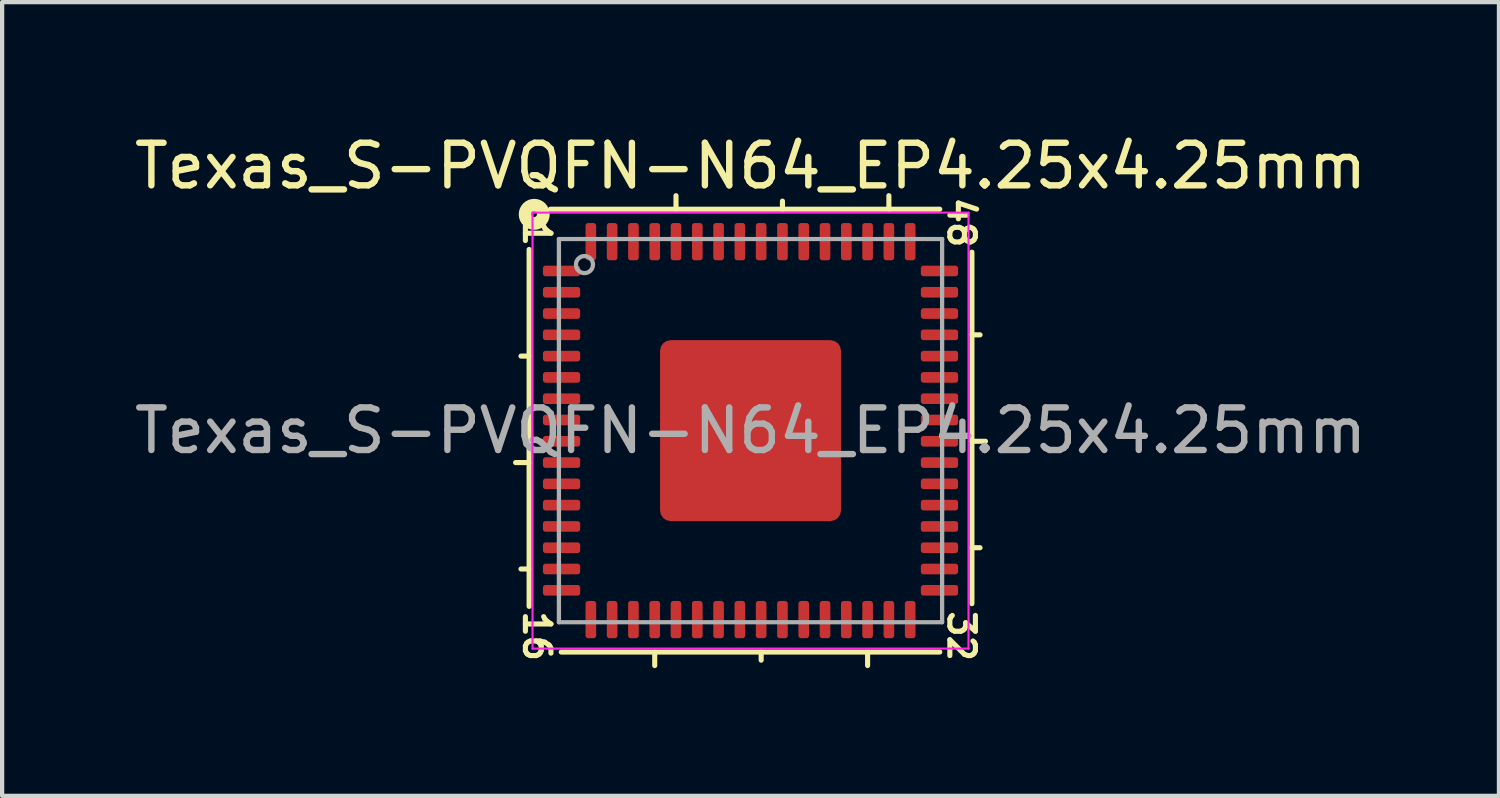
<source format=kicad_pcb>
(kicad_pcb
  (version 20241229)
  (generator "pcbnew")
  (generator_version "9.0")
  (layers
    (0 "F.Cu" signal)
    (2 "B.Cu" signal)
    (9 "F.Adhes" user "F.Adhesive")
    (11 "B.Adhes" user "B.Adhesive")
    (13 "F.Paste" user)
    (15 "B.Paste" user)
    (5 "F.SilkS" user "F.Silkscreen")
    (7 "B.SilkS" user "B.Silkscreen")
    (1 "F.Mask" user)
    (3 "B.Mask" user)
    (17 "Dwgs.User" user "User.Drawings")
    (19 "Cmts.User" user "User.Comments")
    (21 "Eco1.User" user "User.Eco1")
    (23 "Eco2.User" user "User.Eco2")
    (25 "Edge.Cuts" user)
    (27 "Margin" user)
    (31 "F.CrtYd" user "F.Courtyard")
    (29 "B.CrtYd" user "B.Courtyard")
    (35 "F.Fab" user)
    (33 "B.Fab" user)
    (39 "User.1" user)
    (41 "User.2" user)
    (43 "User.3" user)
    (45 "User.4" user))
  (footprint "Texas_S-PVQFN-N64_EP4.25x4.25mm"
    (layer "F.Cu")
    (at 14.577 7.064)
    (property "Reference" "Texas_S-PVQFN-N64_EP4.25x4.25mm" (at 0 -6.216 0) (layer "F.SilkS") (effects (font (size 1 1) (thickness 0.15))))
    (attr smd)
    (fp_line (start -5.2 -4.255) (end -5.2 4.128) (stroke (width 0.12) (type solid)) (layer "F.SilkS"))
    (fp_line (start -5.2 -1.75) (end -5.391 -1.75) (stroke (width 0.12) (type solid)) (layer "F.SilkS"))
    (fp_line (start -5.2 0.75) (end -5.518 0.75) (stroke (width 0.12) (type solid)) (layer "F.SilkS"))
    (fp_line (start -5.2 3.25) (end -5.391 3.25) (stroke (width 0.12) (type solid)) (layer "F.SilkS"))
    (fp_line (start -4.445 5.2) (end 4.445 5.2) (stroke (width 0.12) (type solid)) (layer "F.SilkS"))
    (fp_line (start -2.25 5.518) (end -2.25 5.2) (stroke (width 0.12) (type solid)) (layer "F.SilkS"))
    (fp_line (start -1.75 -5.2) (end -1.75 -5.518) (stroke (width 0.12) (type solid)) (layer "F.SilkS"))
    (fp_line (start 0.25 5.391) (end 0.25 5.2) (stroke (width 0.12) (type solid)) (layer "F.SilkS"))
    (fp_line (start 0.75 -5.2) (end 0.75 -5.391) (stroke (width 0.12) (type solid)) (layer "F.SilkS"))
    (fp_line (start 2.75 5.518) (end 2.75 5.2) (stroke (width 0.12) (type solid)) (layer "F.SilkS"))
    (fp_line (start 3.25 -5.2) (end 3.25 -5.518) (stroke (width 0.12) (type solid)) (layer "F.SilkS"))
    (fp_line (start 4.445 -5.2) (end -4.699 -5.2) (stroke (width 0.12) (type solid)) (layer "F.SilkS"))
    (fp_line (start 5.2 -2.25) (end 5.391 -2.25) (stroke (width 0.12) (type solid)) (layer "F.SilkS"))
    (fp_line (start 5.2 0.25) (end 5.518 0.25) (stroke (width 0.12) (type solid)) (layer "F.SilkS"))
    (fp_line (start 5.2 2.75) (end 5.391 2.75) (stroke (width 0.12) (type solid)) (layer "F.SilkS"))
    (fp_line (start 5.2 4.064) (end 5.2 -4.191) (stroke (width 0.12) (type solid)) (layer "F.SilkS"))
    (fp_circle (center -5.08 -5.08) (end -5.016 -5.08) (stroke (width 0.3) (type solid)) (fill no) (layer "F.SilkS"))
    (fp_line (start -5.12 -5.12) (end -5.12 5.12) (stroke (width 0.05) (type solid)) (layer "F.CrtYd"))
    (fp_line (start -5.12 5.12) (end 5.12 5.12) (stroke (width 0.05) (type solid)) (layer "F.CrtYd"))
    (fp_line (start 5.12 -5.12) (end -5.12 -5.12) (stroke (width 0.05) (type solid)) (layer "F.CrtYd"))
    (fp_line (start 5.12 5.12) (end 5.12 -5.12) (stroke (width 0.05) (type solid)) (layer "F.CrtYd"))
    (fp_line (start -4.5 -4.5) (end 4.5 -4.5) (stroke (width 0.1) (type solid)) (layer "F.Fab"))
    (fp_line (start -4.5 4.5) (end -4.5 -4.5) (stroke (width 0.1) (type solid)) (layer "F.Fab"))
    (fp_line (start 4.5 -4.5) (end 4.5 4.5) (stroke (width 0.1) (type solid)) (layer "F.Fab"))
    (fp_line (start 4.5 4.5) (end -4.5 4.5) (stroke (width 0.1) (type solid)) (layer "F.Fab"))
    (fp_circle (center -3.9 -3.9) (end -3.7 -3.9) (stroke (width 0.1) (type solid)) (fill no) (layer "F.Fab"))
    (fp_text user "32" (at 4.953 4.826 270) (unlocked yes) (layer "F.SilkS") (effects (font (size 0.6 0.6) (thickness 0.12))))
    (fp_text user "16" (at -5.016 4.826 270) (unlocked yes) (layer "F.SilkS") (effects (font (size 0.6 0.6) (thickness 0.12))))
    (fp_text user "1" (at -5.016 -4.636 270) (unlocked yes) (layer "F.SilkS") (effects (font (size 0.6 0.6) (thickness 0.12))))
    (fp_text user "48" (at 4.953 -4.889 270) (unlocked yes) (layer "F.SilkS") (effects (font (size 0.6 0.6) (thickness 0.12))))
    (fp_text user "${REFERENCE}" (at 0 0 0) (layer "F.Fab") (effects (font (size 1 1) (thickness 0.15))))
    (pad "" smd roundrect (at -1.06 -1.06) (size 1.71 1.71) (layers "F.Paste") (roundrect_rratio 0.146))
    (pad "" smd roundrect (at -1.06 1.06) (size 1.71 1.71) (layers "F.Paste") (roundrect_rratio 0.146))
    (pad "" smd roundrect (at 1.06 -1.06) (size 1.71 1.71) (layers "F.Paste") (roundrect_rratio 0.146))
    (pad "" smd roundrect (at 1.06 1.06) (size 1.71 1.71) (layers "F.Paste") (roundrect_rratio 0.146))
    (pad "1" smd roundrect (at -4.438 -3.75) (size 0.875 0.25) (layers "F.Cu" "F.Mask" "F.Paste") (roundrect_rratio 0.25))
    (pad "2" smd roundrect (at -4.438 -3.25) (size 0.875 0.25) (layers "F.Cu" "F.Mask" "F.Paste") (roundrect_rratio 0.25))
    (pad "3" smd roundrect (at -4.438 -2.75) (size 0.875 0.25) (layers "F.Cu" "F.Mask" "F.Paste") (roundrect_rratio 0.25))
    (pad "4" smd roundrect (at -4.438 -2.25) (size 0.875 0.25) (layers "F.Cu" "F.Mask" "F.Paste") (roundrect_rratio 0.25))
    (pad "5" smd roundrect (at -4.438 -1.75) (size 0.875 0.25) (layers "F.Cu" "F.Mask" "F.Paste") (roundrect_rratio 0.25))
    (pad "6" smd roundrect (at -4.438 -1.25) (size 0.875 0.25) (layers "F.Cu" "F.Mask" "F.Paste") (roundrect_rratio 0.25))
    (pad "7" smd roundrect (at -4.438 -0.75) (size 0.875 0.25) (layers "F.Cu" "F.Mask" "F.Paste") (roundrect_rratio 0.25))
    (pad "8" smd roundrect (at -4.438 -0.25) (size 0.875 0.25) (layers "F.Cu" "F.Mask" "F.Paste") (roundrect_rratio 0.25))
    (pad "9" smd roundrect (at -4.438 0.25) (size 0.875 0.25) (layers "F.Cu" "F.Mask" "F.Paste") (roundrect_rratio 0.25))
    (pad "10" smd roundrect (at -4.438 0.75) (size 0.875 0.25) (layers "F.Cu" "F.Mask" "F.Paste") (roundrect_rratio 0.25))
    (pad "11" smd roundrect (at -4.438 1.25) (size 0.875 0.25) (layers "F.Cu" "F.Mask" "F.Paste") (roundrect_rratio 0.25))
    (pad "12" smd roundrect (at -4.438 1.75) (size 0.875 0.25) (layers "F.Cu" "F.Mask" "F.Paste") (roundrect_rratio 0.25))
    (pad "13" smd roundrect (at -4.438 2.25) (size 0.875 0.25) (layers "F.Cu" "F.Mask" "F.Paste") (roundrect_rratio 0.25))
    (pad "14" smd roundrect (at -4.438 2.75) (size 0.875 0.25) (layers "F.Cu" "F.Mask" "F.Paste") (roundrect_rratio 0.25))
    (pad "15" smd roundrect (at -4.438 3.25) (size 0.875 0.25) (layers "F.Cu" "F.Mask" "F.Paste") (roundrect_rratio 0.25))
    (pad "16" smd roundrect (at -4.438 3.75) (size 0.875 0.25) (layers "F.Cu" "F.Mask" "F.Paste") (roundrect_rratio 0.25))
    (pad "17" smd roundrect (at -3.75 4.438) (size 0.25 0.875) (layers "F.Cu" "F.Mask" "F.Paste") (roundrect_rratio 0.25))
    (pad "18" smd roundrect (at -3.25 4.438) (size 0.25 0.875) (layers "F.Cu" "F.Mask" "F.Paste") (roundrect_rratio 0.25))
    (pad "19" smd roundrect (at -2.75 4.438) (size 0.25 0.875) (layers "F.Cu" "F.Mask" "F.Paste") (roundrect_rratio 0.25))
    (pad "20" smd roundrect (at -2.25 4.438) (size 0.25 0.875) (layers "F.Cu" "F.Mask" "F.Paste") (roundrect_rratio 0.25))
    (pad "21" smd roundrect (at -1.75 4.438) (size 0.25 0.875) (layers "F.Cu" "F.Mask" "F.Paste") (roundrect_rratio 0.25))
    (pad "22" smd roundrect (at -1.25 4.438) (size 0.25 0.875) (layers "F.Cu" "F.Mask" "F.Paste") (roundrect_rratio 0.25))
    (pad "23" smd roundrect (at -0.75 4.438) (size 0.25 0.875) (layers "F.Cu" "F.Mask" "F.Paste") (roundrect_rratio 0.25))
    (pad "24" smd roundrect (at -0.25 4.438) (size 0.25 0.875) (layers "F.Cu" "F.Mask" "F.Paste") (roundrect_rratio 0.25))
    (pad "25" smd roundrect (at 0.25 4.438) (size 0.25 0.875) (layers "F.Cu" "F.Mask" "F.Paste") (roundrect_rratio 0.25))
    (pad "26" smd roundrect (at 0.75 4.438) (size 0.25 0.875) (layers "F.Cu" "F.Mask" "F.Paste") (roundrect_rratio 0.25))
    (pad "27" smd roundrect (at 1.25 4.438) (size 0.25 0.875) (layers "F.Cu" "F.Mask" "F.Paste") (roundrect_rratio 0.25))
    (pad "28" smd roundrect (at 1.75 4.438) (size 0.25 0.875) (layers "F.Cu" "F.Mask" "F.Paste") (roundrect_rratio 0.25))
    (pad "29" smd roundrect (at 2.25 4.438) (size 0.25 0.875) (layers "F.Cu" "F.Mask" "F.Paste") (roundrect_rratio 0.25))
    (pad "30" smd roundrect (at 2.75 4.438) (size 0.25 0.875) (layers "F.Cu" "F.Mask" "F.Paste") (roundrect_rratio 0.25))
    (pad "31" smd roundrect (at 3.25 4.438) (size 0.25 0.875) (layers "F.Cu" "F.Mask" "F.Paste") (roundrect_rratio 0.25))
    (pad "32" smd roundrect (at 3.75 4.438) (size 0.25 0.875) (layers "F.Cu" "F.Mask" "F.Paste") (roundrect_rratio 0.25))
    (pad "33" smd roundrect (at 4.438 3.75) (size 0.875 0.25) (layers "F.Cu" "F.Mask" "F.Paste") (roundrect_rratio 0.25))
    (pad "34" smd roundrect (at 4.438 3.25) (size 0.875 0.25) (layers "F.Cu" "F.Mask" "F.Paste") (roundrect_rratio 0.25))
    (pad "35" smd roundrect (at 4.438 2.75) (size 0.875 0.25) (layers "F.Cu" "F.Mask" "F.Paste") (roundrect_rratio 0.25))
    (pad "36" smd roundrect (at 4.438 2.25) (size 0.875 0.25) (layers "F.Cu" "F.Mask" "F.Paste") (roundrect_rratio 0.25))
    (pad "37" smd roundrect (at 4.438 1.75) (size 0.875 0.25) (layers "F.Cu" "F.Mask" "F.Paste") (roundrect_rratio 0.25))
    (pad "38" smd roundrect (at 4.438 1.25) (size 0.875 0.25) (layers "F.Cu" "F.Mask" "F.Paste") (roundrect_rratio 0.25))
    (pad "39" smd roundrect (at 4.438 0.75) (size 0.875 0.25) (layers "F.Cu" "F.Mask" "F.Paste") (roundrect_rratio 0.25))
    (pad "40" smd roundrect (at 4.438 0.25) (size 0.875 0.25) (layers "F.Cu" "F.Mask" "F.Paste") (roundrect_rratio 0.25))
    (pad "41" smd roundrect (at 4.438 -0.25) (size 0.875 0.25) (layers "F.Cu" "F.Mask" "F.Paste") (roundrect_rratio 0.25))
    (pad "42" smd roundrect (at 4.438 -0.75) (size 0.875 0.25) (layers "F.Cu" "F.Mask" "F.Paste") (roundrect_rratio 0.25))
    (pad "43" smd roundrect (at 4.438 -1.25) (size 0.875 0.25) (layers "F.Cu" "F.Mask" "F.Paste") (roundrect_rratio 0.25))
    (pad "44" smd roundrect (at 4.438 -1.75) (size 0.875 0.25) (layers "F.Cu" "F.Mask" "F.Paste") (roundrect_rratio 0.25))
    (pad "45" smd roundrect (at 4.438 -2.25) (size 0.875 0.25) (layers "F.Cu" "F.Mask" "F.Paste") (roundrect_rratio 0.25))
    (pad "46" smd roundrect (at 4.438 -2.75) (size 0.875 0.25) (layers "F.Cu" "F.Mask" "F.Paste") (roundrect_rratio 0.25))
    (pad "47" smd roundrect (at 4.438 -3.25) (size 0.875 0.25) (layers "F.Cu" "F.Mask" "F.Paste") (roundrect_rratio 0.25))
    (pad "48" smd roundrect (at 4.438 -3.75) (size 0.875 0.25) (layers "F.Cu" "F.Mask" "F.Paste") (roundrect_rratio 0.25))
    (pad "49" smd roundrect (at 3.75 -4.438) (size 0.25 0.875) (layers "F.Cu" "F.Mask" "F.Paste") (roundrect_rratio 0.25))
    (pad "50" smd roundrect (at 3.25 -4.438) (size 0.25 0.875) (layers "F.Cu" "F.Mask" "F.Paste") (roundrect_rratio 0.25))
    (pad "51" smd roundrect (at 2.75 -4.438) (size 0.25 0.875) (layers "F.Cu" "F.Mask" "F.Paste") (roundrect_rratio 0.25))
    (pad "52" smd roundrect (at 2.25 -4.438) (size 0.25 0.875) (layers "F.Cu" "F.Mask" "F.Paste") (roundrect_rratio 0.25))
    (pad "53" smd roundrect (at 1.75 -4.438) (size 0.25 0.875) (layers "F.Cu" "F.Mask" "F.Paste") (roundrect_rratio 0.25))
    (pad "54" smd roundrect (at 1.25 -4.438) (size 0.25 0.875) (layers "F.Cu" "F.Mask" "F.Paste") (roundrect_rratio 0.25))
    (pad "55" smd roundrect (at 0.75 -4.438) (size 0.25 0.875) (layers "F.Cu" "F.Mask" "F.Paste") (roundrect_rratio 0.25))
    (pad "56" smd roundrect (at 0.25 -4.438) (size 0.25 0.875) (layers "F.Cu" "F.Mask" "F.Paste") (roundrect_rratio 0.25))
    (pad "57" smd roundrect (at -0.25 -4.438) (size 0.25 0.875) (layers "F.Cu" "F.Mask" "F.Paste") (roundrect_rratio 0.25))
    (pad "58" smd roundrect (at -0.75 -4.438) (size 0.25 0.875) (layers "F.Cu" "F.Mask" "F.Paste") (roundrect_rratio 0.25))
    (pad "59" smd roundrect (at -1.25 -4.438) (size 0.25 0.875) (layers "F.Cu" "F.Mask" "F.Paste") (roundrect_rratio 0.25))
    (pad "60" smd roundrect (at -1.75 -4.438) (size 0.25 0.875) (layers "F.Cu" "F.Mask" "F.Paste") (roundrect_rratio 0.25))
    (pad "61" smd roundrect (at -2.25 -4.438) (size 0.25 0.875) (layers "F.Cu" "F.Mask" "F.Paste") (roundrect_rratio 0.25))
    (pad "62" smd roundrect (at -2.75 -4.438) (size 0.25 0.875) (layers "F.Cu" "F.Mask" "F.Paste") (roundrect_rratio 0.25))
    (pad "63" smd roundrect (at -3.25 -4.438) (size 0.25 0.875) (layers "F.Cu" "F.Mask" "F.Paste") (roundrect_rratio 0.25))
    (pad "64" smd roundrect (at -3.75 -4.438) (size 0.25 0.875) (layers "F.Cu" "F.Mask" "F.Paste") (roundrect_rratio 0.25))
    (pad "65" smd roundrect (at 0 0) (size 4.25 4.25) (layers "F.Cu" "F.Mask") (roundrect_rratio 0.059)))
  (gr_rect
    (start -3 -3)
    (end 32.155 15.642)
    (stroke (width 0.1) (type default))
    (fill no)
    (layer "Edge.Cuts")))
</source>
